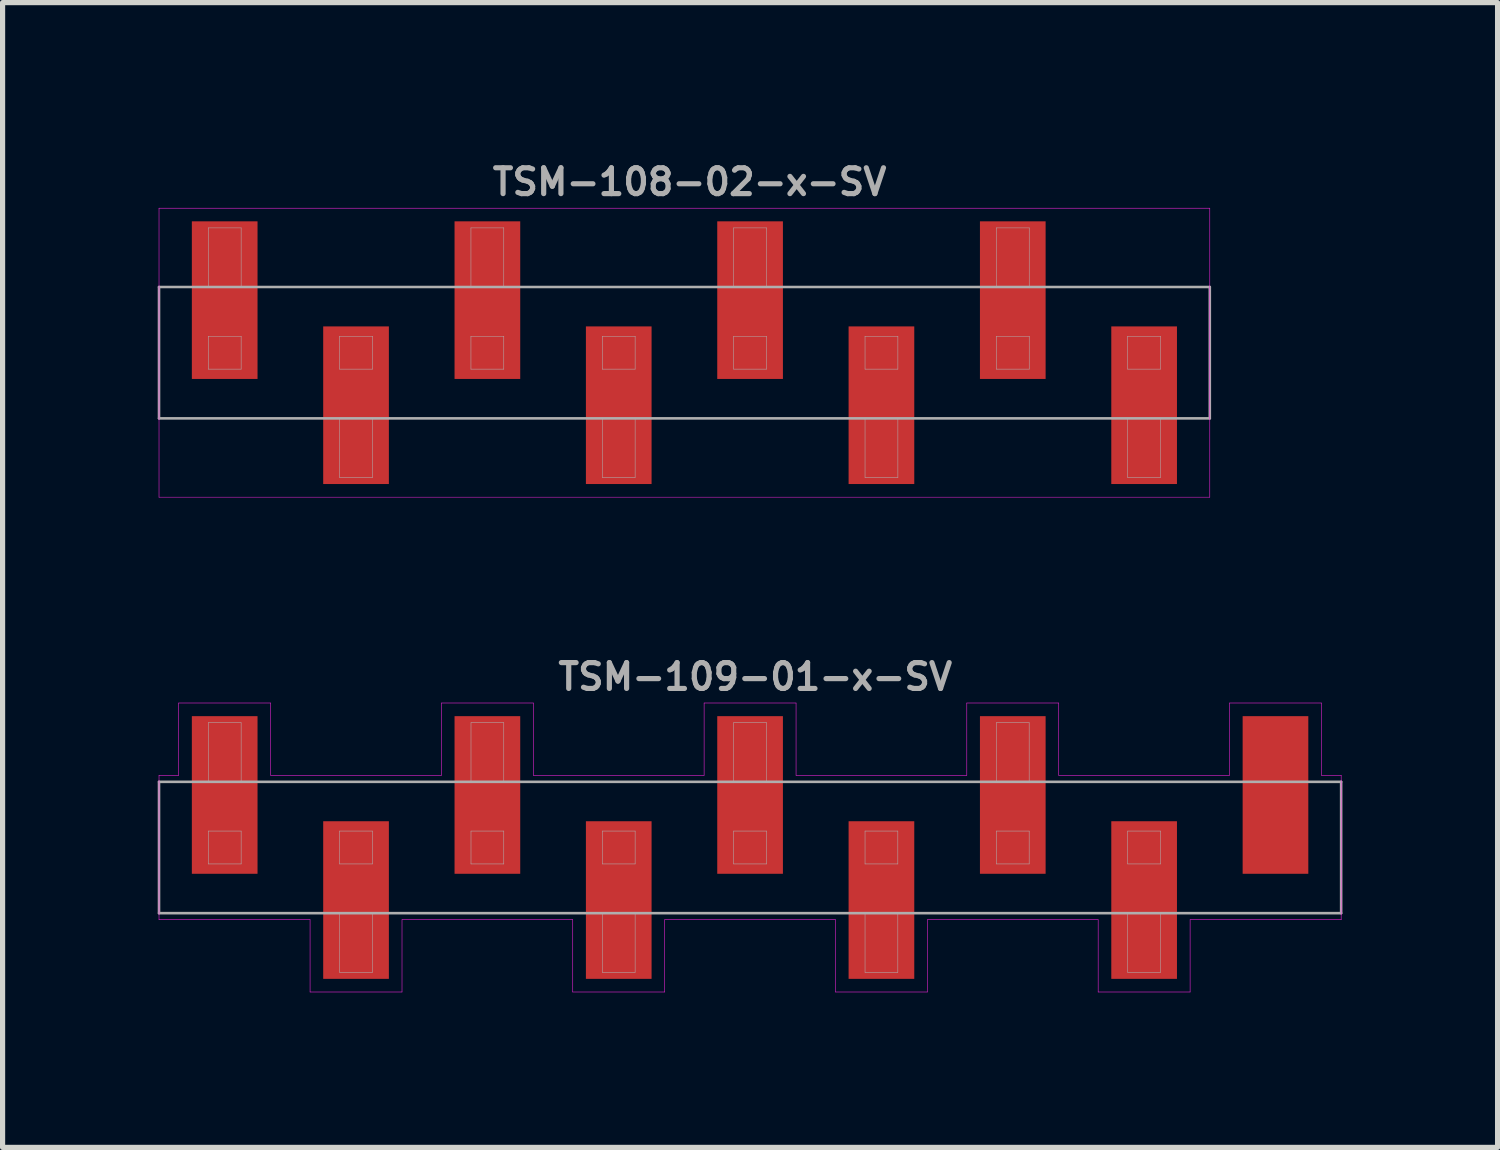
<source format=kicad_pcb>
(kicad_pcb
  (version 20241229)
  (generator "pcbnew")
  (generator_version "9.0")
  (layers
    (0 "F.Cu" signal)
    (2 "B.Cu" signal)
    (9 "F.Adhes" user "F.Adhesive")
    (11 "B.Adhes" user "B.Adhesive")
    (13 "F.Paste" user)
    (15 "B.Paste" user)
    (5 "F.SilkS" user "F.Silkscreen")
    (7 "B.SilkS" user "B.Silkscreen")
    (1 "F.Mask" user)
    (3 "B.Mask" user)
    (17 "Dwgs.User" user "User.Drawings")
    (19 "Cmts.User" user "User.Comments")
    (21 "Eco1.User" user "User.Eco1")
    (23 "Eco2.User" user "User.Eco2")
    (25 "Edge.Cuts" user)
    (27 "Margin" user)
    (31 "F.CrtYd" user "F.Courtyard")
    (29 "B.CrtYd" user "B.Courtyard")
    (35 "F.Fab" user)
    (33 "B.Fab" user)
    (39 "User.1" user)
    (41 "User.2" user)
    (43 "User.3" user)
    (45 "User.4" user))
  (footprint "TSM-108-02-x-SV"
    (layer "F.Cu")
    (at 10.185 3.77)
    (property "Reference" "TSM-108-02-x-SV" (at 0.1 -3.302 0) (layer "F.Fab") (effects (font (size 0.5 0.5) (thickness 0.1))))
    (attr smd)
    (fp_line (start -10.16 -2.794) (end -10.16 2.794) (stroke (width 0.01) (type solid)) (layer "F.CrtYd"))
    (fp_line (start -10.16 2.794) (end 10.16 2.794) (stroke (width 0.01) (type solid)) (layer "F.CrtYd"))
    (fp_line (start 10.16 -2.794) (end -10.16 -2.794) (stroke (width 0.01) (type solid)) (layer "F.CrtYd"))
    (fp_line (start 10.16 2.794) (end 10.16 -2.794) (stroke (width 0.01) (type solid)) (layer "F.CrtYd"))
    (fp_line (start -10.16 -1.27) (end -10.16 1.27) (stroke (width 0.05) (type solid)) (layer "F.Fab"))
    (fp_line (start -10.16 1.27) (end 10.16 1.27) (stroke (width 0.05) (type solid)) (layer "F.Fab"))
    (fp_line (start -9.207 -2.413) (end -8.572 -2.413) (stroke (width 0.01) (type solid)) (layer "F.Fab"))
    (fp_line (start -9.207 -1.27) (end -9.207 -2.413) (stroke (width 0.01) (type solid)) (layer "F.Fab"))
    (fp_line (start -9.207 -0.318) (end -9.207 0.318) (stroke (width 0.01) (type solid)) (layer "F.Fab"))
    (fp_line (start -9.207 0.318) (end -8.572 0.318) (stroke (width 0.01) (type solid)) (layer "F.Fab"))
    (fp_line (start -8.572 -2.413) (end -8.572 -1.27) (stroke (width 0.01) (type solid)) (layer "F.Fab"))
    (fp_line (start -8.572 -0.318) (end -9.207 -0.318) (stroke (width 0.01) (type solid)) (layer "F.Fab"))
    (fp_line (start -8.572 0.318) (end -8.572 -0.318) (stroke (width 0.01) (type solid)) (layer "F.Fab"))
    (fp_line (start -6.668 -0.318) (end -6.668 0.318) (stroke (width 0.01) (type solid)) (layer "F.Fab"))
    (fp_line (start -6.668 0.318) (end -6.032 0.318) (stroke (width 0.01) (type solid)) (layer "F.Fab"))
    (fp_line (start -6.668 2.413) (end -6.668 1.27) (stroke (width 0.01) (type solid)) (layer "F.Fab"))
    (fp_line (start -6.032 -0.318) (end -6.668 -0.318) (stroke (width 0.01) (type solid)) (layer "F.Fab"))
    (fp_line (start -6.032 0.318) (end -6.032 -0.318) (stroke (width 0.01) (type solid)) (layer "F.Fab"))
    (fp_line (start -6.032 1.27) (end -6.032 2.413) (stroke (width 0.01) (type solid)) (layer "F.Fab"))
    (fp_line (start -6.032 2.413) (end -6.668 2.413) (stroke (width 0.01) (type solid)) (layer "F.Fab"))
    (fp_line (start -4.128 -2.413) (end -3.493 -2.413) (stroke (width 0.01) (type solid)) (layer "F.Fab"))
    (fp_line (start -4.128 -1.27) (end -4.128 -2.413) (stroke (width 0.01) (type solid)) (layer "F.Fab"))
    (fp_line (start -4.128 -0.318) (end -4.128 0.318) (stroke (width 0.01) (type solid)) (layer "F.Fab"))
    (fp_line (start -4.128 0.318) (end -3.493 0.318) (stroke (width 0.01) (type solid)) (layer "F.Fab"))
    (fp_line (start -3.493 -2.413) (end -3.493 -1.27) (stroke (width 0.01) (type solid)) (layer "F.Fab"))
    (fp_line (start -3.493 -0.318) (end -4.128 -0.318) (stroke (width 0.01) (type solid)) (layer "F.Fab"))
    (fp_line (start -3.493 0.318) (end -3.493 -0.318) (stroke (width 0.01) (type solid)) (layer "F.Fab"))
    (fp_line (start -1.587 -0.318) (end -1.587 0.318) (stroke (width 0.01) (type solid)) (layer "F.Fab"))
    (fp_line (start -1.587 0.318) (end -0.953 0.318) (stroke (width 0.01) (type solid)) (layer "F.Fab"))
    (fp_line (start -1.587 2.413) (end -1.587 1.27) (stroke (width 0.01) (type solid)) (layer "F.Fab"))
    (fp_line (start -0.953 -0.318) (end -1.587 -0.318) (stroke (width 0.01) (type solid)) (layer "F.Fab"))
    (fp_line (start -0.953 0.318) (end -0.953 -0.318) (stroke (width 0.01) (type solid)) (layer "F.Fab"))
    (fp_line (start -0.953 1.27) (end -0.953 2.413) (stroke (width 0.01) (type solid)) (layer "F.Fab"))
    (fp_line (start -0.953 2.413) (end -1.587 2.413) (stroke (width 0.01) (type solid)) (layer "F.Fab"))
    (fp_line (start 0.953 -2.413) (end 1.587 -2.413) (stroke (width 0.01) (type solid)) (layer "F.Fab"))
    (fp_line (start 0.953 -1.27) (end 0.953 -2.413) (stroke (width 0.01) (type solid)) (layer "F.Fab"))
    (fp_line (start 0.953 -0.318) (end 0.953 0.318) (stroke (width 0.01) (type solid)) (layer "F.Fab"))
    (fp_line (start 0.953 0.318) (end 1.587 0.318) (stroke (width 0.01) (type solid)) (layer "F.Fab"))
    (fp_line (start 1.587 -2.413) (end 1.587 -1.27) (stroke (width 0.01) (type solid)) (layer "F.Fab"))
    (fp_line (start 1.587 -0.318) (end 0.953 -0.318) (stroke (width 0.01) (type solid)) (layer "F.Fab"))
    (fp_line (start 1.587 0.318) (end 1.587 -0.318) (stroke (width 0.01) (type solid)) (layer "F.Fab"))
    (fp_line (start 3.493 -0.318) (end 3.493 0.318) (stroke (width 0.01) (type solid)) (layer "F.Fab"))
    (fp_line (start 3.493 0.318) (end 4.128 0.318) (stroke (width 0.01) (type solid)) (layer "F.Fab"))
    (fp_line (start 3.493 2.413) (end 3.493 1.27) (stroke (width 0.01) (type solid)) (layer "F.Fab"))
    (fp_line (start 4.128 -0.318) (end 3.493 -0.318) (stroke (width 0.01) (type solid)) (layer "F.Fab"))
    (fp_line (start 4.128 0.318) (end 4.128 -0.318) (stroke (width 0.01) (type solid)) (layer "F.Fab"))
    (fp_line (start 4.128 1.27) (end 4.128 2.413) (stroke (width 0.01) (type solid)) (layer "F.Fab"))
    (fp_line (start 4.128 2.413) (end 3.493 2.413) (stroke (width 0.01) (type solid)) (layer "F.Fab"))
    (fp_line (start 6.032 -2.413) (end 6.668 -2.413) (stroke (width 0.01) (type solid)) (layer "F.Fab"))
    (fp_line (start 6.032 -1.27) (end 6.032 -2.413) (stroke (width 0.01) (type solid)) (layer "F.Fab"))
    (fp_line (start 6.032 -0.318) (end 6.032 0.318) (stroke (width 0.01) (type solid)) (layer "F.Fab"))
    (fp_line (start 6.032 0.318) (end 6.668 0.318) (stroke (width 0.01) (type solid)) (layer "F.Fab"))
    (fp_line (start 6.668 -2.413) (end 6.668 -1.27) (stroke (width 0.01) (type solid)) (layer "F.Fab"))
    (fp_line (start 6.668 -0.318) (end 6.032 -0.318) (stroke (width 0.01) (type solid)) (layer "F.Fab"))
    (fp_line (start 6.668 0.318) (end 6.668 -0.318) (stroke (width 0.01) (type solid)) (layer "F.Fab"))
    (fp_line (start 8.572 -0.318) (end 8.572 0.318) (stroke (width 0.01) (type solid)) (layer "F.Fab"))
    (fp_line (start 8.572 0.318) (end 9.207 0.318) (stroke (width 0.01) (type solid)) (layer "F.Fab"))
    (fp_line (start 8.572 2.413) (end 8.572 1.27) (stroke (width 0.01) (type solid)) (layer "F.Fab"))
    (fp_line (start 9.207 -0.318) (end 8.572 -0.318) (stroke (width 0.01) (type solid)) (layer "F.Fab"))
    (fp_line (start 9.207 0.318) (end 9.207 -0.318) (stroke (width 0.01) (type solid)) (layer "F.Fab"))
    (fp_line (start 9.207 1.27) (end 9.207 2.413) (stroke (width 0.01) (type solid)) (layer "F.Fab"))
    (fp_line (start 9.207 2.413) (end 8.572 2.413) (stroke (width 0.01) (type solid)) (layer "F.Fab"))
    (fp_line (start 10.16 -1.27) (end -10.16 -1.27) (stroke (width 0.05) (type solid)) (layer "F.Fab"))
    (fp_line (start 10.16 1.27) (end 10.16 -1.27) (stroke (width 0.05) (type solid)) (layer "F.Fab"))
    (pad "1" smd rect (at -8.89 -1.016) (size 1.27 3.048) (layers "F.Cu" "F.Mask" "F.Paste"))
    (pad "2" smd rect (at -6.35 1.016) (size 1.27 3.048) (layers "F.Cu" "F.Mask" "F.Paste"))
    (pad "3" smd rect (at -3.81 -1.016) (size 1.27 3.048) (layers "F.Cu" "F.Mask" "F.Paste"))
    (pad "4" smd rect (at -1.27 1.016) (size 1.27 3.048) (layers "F.Cu" "F.Mask" "F.Paste"))
    (pad "5" smd rect (at 1.27 -1.016) (size 1.27 3.048) (layers "F.Cu" "F.Mask" "F.Paste"))
    (pad "6" smd rect (at 3.81 1.016) (size 1.27 3.048) (layers "F.Cu" "F.Mask" "F.Paste"))
    (pad "7" smd rect (at 6.35 -1.016) (size 1.27 3.048) (layers "F.Cu" "F.Mask" "F.Paste"))
    (pad "8" smd rect (at 8.89 1.016) (size 1.27 3.048) (layers "F.Cu" "F.Mask" "F.Paste")))
  (footprint "TSM-109-01-x-SV"
    (layer "F.Cu")
    (at 11.455 13.339)
    (property "Reference" "TSM-109-01-x-SV" (at 0.1 -3.302 0) (layer "F.Fab") (effects (font (size 0.5 0.5) (thickness 0.1))))
    (attr smd)
    (fp_line (start -11.43 -1.397) (end -11.43 1.397) (stroke (width 0.01) (type solid)) (layer "F.CrtYd"))
    (fp_line (start -11.43 -1.397) (end -11.049 -1.397) (stroke (width 0.01) (type solid)) (layer "F.CrtYd"))
    (fp_line (start -11.43 1.397) (end -8.509 1.397) (stroke (width 0.01) (type solid)) (layer "F.CrtYd"))
    (fp_line (start -11.049 -2.794) (end -11.049 -1.397) (stroke (width 0.01) (type solid)) (layer "F.CrtYd"))
    (fp_line (start -9.271 -2.794) (end -11.049 -2.794) (stroke (width 0.01) (type solid)) (layer "F.CrtYd"))
    (fp_line (start -9.271 -1.397) (end -9.271 -2.794) (stroke (width 0.01) (type solid)) (layer "F.CrtYd"))
    (fp_line (start -9.271 -1.397) (end -5.969 -1.397) (stroke (width 0.01) (type solid)) (layer "F.CrtYd"))
    (fp_line (start -8.509 1.397) (end -8.509 2.794) (stroke (width 0.01) (type solid)) (layer "F.CrtYd"))
    (fp_line (start -8.509 2.794) (end -6.731 2.794) (stroke (width 0.01) (type solid)) (layer "F.CrtYd"))
    (fp_line (start -6.731 2.794) (end -6.731 1.397) (stroke (width 0.01) (type solid)) (layer "F.CrtYd"))
    (fp_line (start -5.969 -2.794) (end -5.969 -1.397) (stroke (width 0.01) (type solid)) (layer "F.CrtYd"))
    (fp_line (start -4.191 -2.794) (end -5.969 -2.794) (stroke (width 0.01) (type solid)) (layer "F.CrtYd"))
    (fp_line (start -4.191 -1.397) (end -4.191 -2.794) (stroke (width 0.01) (type solid)) (layer "F.CrtYd"))
    (fp_line (start -4.191 -1.397) (end -0.889 -1.397) (stroke (width 0.01) (type solid)) (layer "F.CrtYd"))
    (fp_line (start -3.429 1.397) (end -6.731 1.397) (stroke (width 0.01) (type solid)) (layer "F.CrtYd"))
    (fp_line (start -3.429 1.397) (end -3.429 2.794) (stroke (width 0.01) (type solid)) (layer "F.CrtYd"))
    (fp_line (start -3.429 2.794) (end -1.651 2.794) (stroke (width 0.01) (type solid)) (layer "F.CrtYd"))
    (fp_line (start -1.651 2.794) (end -1.651 1.397) (stroke (width 0.01) (type solid)) (layer "F.CrtYd"))
    (fp_line (start -0.889 -2.794) (end -0.889 -1.397) (stroke (width 0.01) (type solid)) (layer "F.CrtYd"))
    (fp_line (start 0.889 -2.794) (end -0.889 -2.794) (stroke (width 0.01) (type solid)) (layer "F.CrtYd"))
    (fp_line (start 0.889 -1.397) (end 0.889 -2.794) (stroke (width 0.01) (type solid)) (layer "F.CrtYd"))
    (fp_line (start 0.889 -1.397) (end 4.191 -1.397) (stroke (width 0.01) (type solid)) (layer "F.CrtYd"))
    (fp_line (start 1.651 1.397) (end -1.651 1.397) (stroke (width 0.01) (type solid)) (layer "F.CrtYd"))
    (fp_line (start 1.651 1.397) (end 1.651 2.794) (stroke (width 0.01) (type solid)) (layer "F.CrtYd"))
    (fp_line (start 1.651 2.794) (end 3.429 2.794) (stroke (width 0.01) (type solid)) (layer "F.CrtYd"))
    (fp_line (start 3.429 2.794) (end 3.429 1.397) (stroke (width 0.01) (type solid)) (layer "F.CrtYd"))
    (fp_line (start 4.191 -2.794) (end 4.191 -1.397) (stroke (width 0.01) (type solid)) (layer "F.CrtYd"))
    (fp_line (start 5.969 -2.794) (end 4.191 -2.794) (stroke (width 0.01) (type solid)) (layer "F.CrtYd"))
    (fp_line (start 5.969 -1.397) (end 5.969 -2.794) (stroke (width 0.01) (type solid)) (layer "F.CrtYd"))
    (fp_line (start 5.969 -1.397) (end 9.271 -1.397) (stroke (width 0.01) (type solid)) (layer "F.CrtYd"))
    (fp_line (start 6.731 1.397) (end 3.429 1.397) (stroke (width 0.01) (type solid)) (layer "F.CrtYd"))
    (fp_line (start 6.731 1.397) (end 6.731 2.794) (stroke (width 0.01) (type solid)) (layer "F.CrtYd"))
    (fp_line (start 6.731 2.794) (end 8.509 2.794) (stroke (width 0.01) (type solid)) (layer "F.CrtYd"))
    (fp_line (start 8.509 2.794) (end 8.509 1.397) (stroke (width 0.01) (type solid)) (layer "F.CrtYd"))
    (fp_line (start 9.271 -2.794) (end 9.271 -1.397) (stroke (width 0.01) (type solid)) (layer "F.CrtYd"))
    (fp_line (start 11.049 -2.794) (end 9.271 -2.794) (stroke (width 0.01) (type solid)) (layer "F.CrtYd"))
    (fp_line (start 11.049 -1.397) (end 11.049 -2.794) (stroke (width 0.01) (type solid)) (layer "F.CrtYd"))
    (fp_line (start 11.049 -1.397) (end 11.43 -1.397) (stroke (width 0.01) (type solid)) (layer "F.CrtYd"))
    (fp_line (start 11.43 1.397) (end 8.509 1.397) (stroke (width 0.01) (type solid)) (layer "F.CrtYd"))
    (fp_line (start 11.43 1.397) (end 11.43 -1.397) (stroke (width 0.01) (type solid)) (layer "F.CrtYd"))
    (fp_line (start -11.43 -1.27) (end -11.43 1.27) (stroke (width 0.05) (type solid)) (layer "F.Fab"))
    (fp_line (start -11.43 1.27) (end 11.43 1.27) (stroke (width 0.05) (type solid)) (layer "F.Fab"))
    (fp_line (start -10.477 -2.413) (end -9.842 -2.413) (stroke (width 0.01) (type solid)) (layer "F.Fab"))
    (fp_line (start -10.477 -1.27) (end -10.477 -2.413) (stroke (width 0.01) (type solid)) (layer "F.Fab"))
    (fp_line (start -10.477 -0.318) (end -10.477 0.318) (stroke (width 0.01) (type solid)) (layer "F.Fab"))
    (fp_line (start -10.477 0.318) (end -9.842 0.318) (stroke (width 0.01) (type solid)) (layer "F.Fab"))
    (fp_line (start -9.842 -2.413) (end -9.842 -1.27) (stroke (width 0.01) (type solid)) (layer "F.Fab"))
    (fp_line (start -9.842 -0.318) (end -10.477 -0.318) (stroke (width 0.01) (type solid)) (layer "F.Fab"))
    (fp_line (start -9.842 0.318) (end -9.842 -0.318) (stroke (width 0.01) (type solid)) (layer "F.Fab"))
    (fp_line (start -7.938 -0.318) (end -7.938 0.318) (stroke (width 0.01) (type solid)) (layer "F.Fab"))
    (fp_line (start -7.938 0.318) (end -7.303 0.318) (stroke (width 0.01) (type solid)) (layer "F.Fab"))
    (fp_line (start -7.938 2.413) (end -7.938 1.27) (stroke (width 0.01) (type solid)) (layer "F.Fab"))
    (fp_line (start -7.303 -0.318) (end -7.938 -0.318) (stroke (width 0.01) (type solid)) (layer "F.Fab"))
    (fp_line (start -7.303 0.318) (end -7.303 -0.318) (stroke (width 0.01) (type solid)) (layer "F.Fab"))
    (fp_line (start -7.303 1.27) (end -7.303 2.413) (stroke (width 0.01) (type solid)) (layer "F.Fab"))
    (fp_line (start -7.303 2.413) (end -7.938 2.413) (stroke (width 0.01) (type solid)) (layer "F.Fab"))
    (fp_line (start -5.397 -2.413) (end -4.763 -2.413) (stroke (width 0.01) (type solid)) (layer "F.Fab"))
    (fp_line (start -5.397 -1.27) (end -5.397 -2.413) (stroke (width 0.01) (type solid)) (layer "F.Fab"))
    (fp_line (start -5.397 -0.318) (end -5.397 0.318) (stroke (width 0.01) (type solid)) (layer "F.Fab"))
    (fp_line (start -5.397 0.318) (end -4.763 0.318) (stroke (width 0.01) (type solid)) (layer "F.Fab"))
    (fp_line (start -4.763 -2.413) (end -4.763 -1.27) (stroke (width 0.01) (type solid)) (layer "F.Fab"))
    (fp_line (start -4.763 -0.318) (end -5.397 -0.318) (stroke (width 0.01) (type solid)) (layer "F.Fab"))
    (fp_line (start -4.763 0.318) (end -4.763 -0.318) (stroke (width 0.01) (type solid)) (layer "F.Fab"))
    (fp_line (start -2.857 -0.318) (end -2.857 0.318) (stroke (width 0.01) (type solid)) (layer "F.Fab"))
    (fp_line (start -2.857 0.318) (end -2.223 0.318) (stroke (width 0.01) (type solid)) (layer "F.Fab"))
    (fp_line (start -2.857 2.413) (end -2.857 1.27) (stroke (width 0.01) (type solid)) (layer "F.Fab"))
    (fp_line (start -2.223 -0.318) (end -2.857 -0.318) (stroke (width 0.01) (type solid)) (layer "F.Fab"))
    (fp_line (start -2.223 0.318) (end -2.223 -0.318) (stroke (width 0.01) (type solid)) (layer "F.Fab"))
    (fp_line (start -2.223 1.27) (end -2.223 2.413) (stroke (width 0.01) (type solid)) (layer "F.Fab"))
    (fp_line (start -2.223 2.413) (end -2.857 2.413) (stroke (width 0.01) (type solid)) (layer "F.Fab"))
    (fp_line (start -0.318 -2.413) (end 0.318 -2.413) (stroke (width 0.01) (type solid)) (layer "F.Fab"))
    (fp_line (start -0.318 -1.27) (end -0.318 -2.413) (stroke (width 0.01) (type solid)) (layer "F.Fab"))
    (fp_line (start -0.318 -0.318) (end -0.318 0.318) (stroke (width 0.01) (type solid)) (layer "F.Fab"))
    (fp_line (start -0.318 0.318) (end 0.318 0.318) (stroke (width 0.01) (type solid)) (layer "F.Fab"))
    (fp_line (start 0.318 -2.413) (end 0.318 -1.27) (stroke (width 0.01) (type solid)) (layer "F.Fab"))
    (fp_line (start 0.318 -0.318) (end -0.318 -0.318) (stroke (width 0.01) (type solid)) (layer "F.Fab"))
    (fp_line (start 0.318 0.318) (end 0.318 -0.318) (stroke (width 0.01) (type solid)) (layer "F.Fab"))
    (fp_line (start 2.223 -0.318) (end 2.223 0.318) (stroke (width 0.01) (type solid)) (layer "F.Fab"))
    (fp_line (start 2.223 0.318) (end 2.857 0.318) (stroke (width 0.01) (type solid)) (layer "F.Fab"))
    (fp_line (start 2.223 2.413) (end 2.223 1.27) (stroke (width 0.01) (type solid)) (layer "F.Fab"))
    (fp_line (start 2.857 -0.318) (end 2.223 -0.318) (stroke (width 0.01) (type solid)) (layer "F.Fab"))
    (fp_line (start 2.857 0.318) (end 2.857 -0.318) (stroke (width 0.01) (type solid)) (layer "F.Fab"))
    (fp_line (start 2.857 1.27) (end 2.857 2.413) (stroke (width 0.01) (type solid)) (layer "F.Fab"))
    (fp_line (start 2.857 2.413) (end 2.223 2.413) (stroke (width 0.01) (type solid)) (layer "F.Fab"))
    (fp_line (start 4.763 -2.413) (end 5.397 -2.413) (stroke (width 0.01) (type solid)) (layer "F.Fab"))
    (fp_line (start 4.763 -1.27) (end 4.763 -2.413) (stroke (width 0.01) (type solid)) (layer "F.Fab"))
    (fp_line (start 4.763 -0.318) (end 4.763 0.318) (stroke (width 0.01) (type solid)) (layer "F.Fab"))
    (fp_line (start 4.763 0.318) (end 5.397 0.318) (stroke (width 0.01) (type solid)) (layer "F.Fab"))
    (fp_line (start 5.397 -2.413) (end 5.397 -1.27) (stroke (width 0.01) (type solid)) (layer "F.Fab"))
    (fp_line (start 5.397 -0.318) (end 4.763 -0.318) (stroke (width 0.01) (type solid)) (layer "F.Fab"))
    (fp_line (start 5.397 0.318) (end 5.397 -0.318) (stroke (width 0.01) (type solid)) (layer "F.Fab"))
    (fp_line (start 7.303 -0.318) (end 7.303 0.318) (stroke (width 0.01) (type solid)) (layer "F.Fab"))
    (fp_line (start 7.303 0.318) (end 7.938 0.318) (stroke (width 0.01) (type solid)) (layer "F.Fab"))
    (fp_line (start 7.303 2.413) (end 7.303 1.27) (stroke (width 0.01) (type solid)) (layer "F.Fab"))
    (fp_line (start 7.938 -0.318) (end 7.303 -0.318) (stroke (width 0.01) (type solid)) (layer "F.Fab"))
    (fp_line (start 7.938 0.318) (end 7.938 -0.318) (stroke (width 0.01) (type solid)) (layer "F.Fab"))
    (fp_line (start 7.938 1.27) (end 7.938 2.413) (stroke (width 0.01) (type solid)) (layer "F.Fab"))
    (fp_line (start 7.938 2.413) (end 7.303 2.413) (stroke (width 0.01) (type solid)) (layer "F.Fab"))
    (fp_line (start 11.43 -1.27) (end -11.43 -1.27) (stroke (width 0.05) (type solid)) (layer "F.Fab"))
    (fp_line (start 11.43 1.27) (end 11.43 -1.27) (stroke (width 0.05) (type solid)) (layer "F.Fab"))
    (pad "1" smd rect (at -10.16 -1.016) (size 1.27 3.048) (layers "F.Cu" "F.Mask" "F.Paste"))
    (pad "2" smd rect (at -7.62 1.016) (size 1.27 3.048) (layers "F.Cu" "F.Mask" "F.Paste"))
    (pad "3" smd rect (at -5.08 -1.016) (size 1.27 3.048) (layers "F.Cu" "F.Mask" "F.Paste"))
    (pad "4" smd rect (at -2.54 1.016) (size 1.27 3.048) (layers "F.Cu" "F.Mask" "F.Paste"))
    (pad "5" smd rect (at 0 -1.016) (size 1.27 3.048) (layers "F.Cu" "F.Mask" "F.Paste"))
    (pad "6" smd rect (at 2.54 1.016) (size 1.27 3.048) (layers "F.Cu" "F.Mask" "F.Paste"))
    (pad "7" smd rect (at 5.08 -1.016) (size 1.27 3.048) (layers "F.Cu" "F.Mask" "F.Paste"))
    (pad "8" smd rect (at 7.62 1.016) (size 1.27 3.048) (layers "F.Cu" "F.Mask" "F.Paste"))
    (pad "9" smd rect (at 10.16 -1.016) (size 1.27 3.048) (layers "F.Cu" "F.Mask" "F.Paste")))
  (gr_rect
    (start -3 -3)
    (end 25.91 19.138)
    (stroke (width 0.1) (type default))
    (fill no)
    (layer "Edge.Cuts")))
</source>
